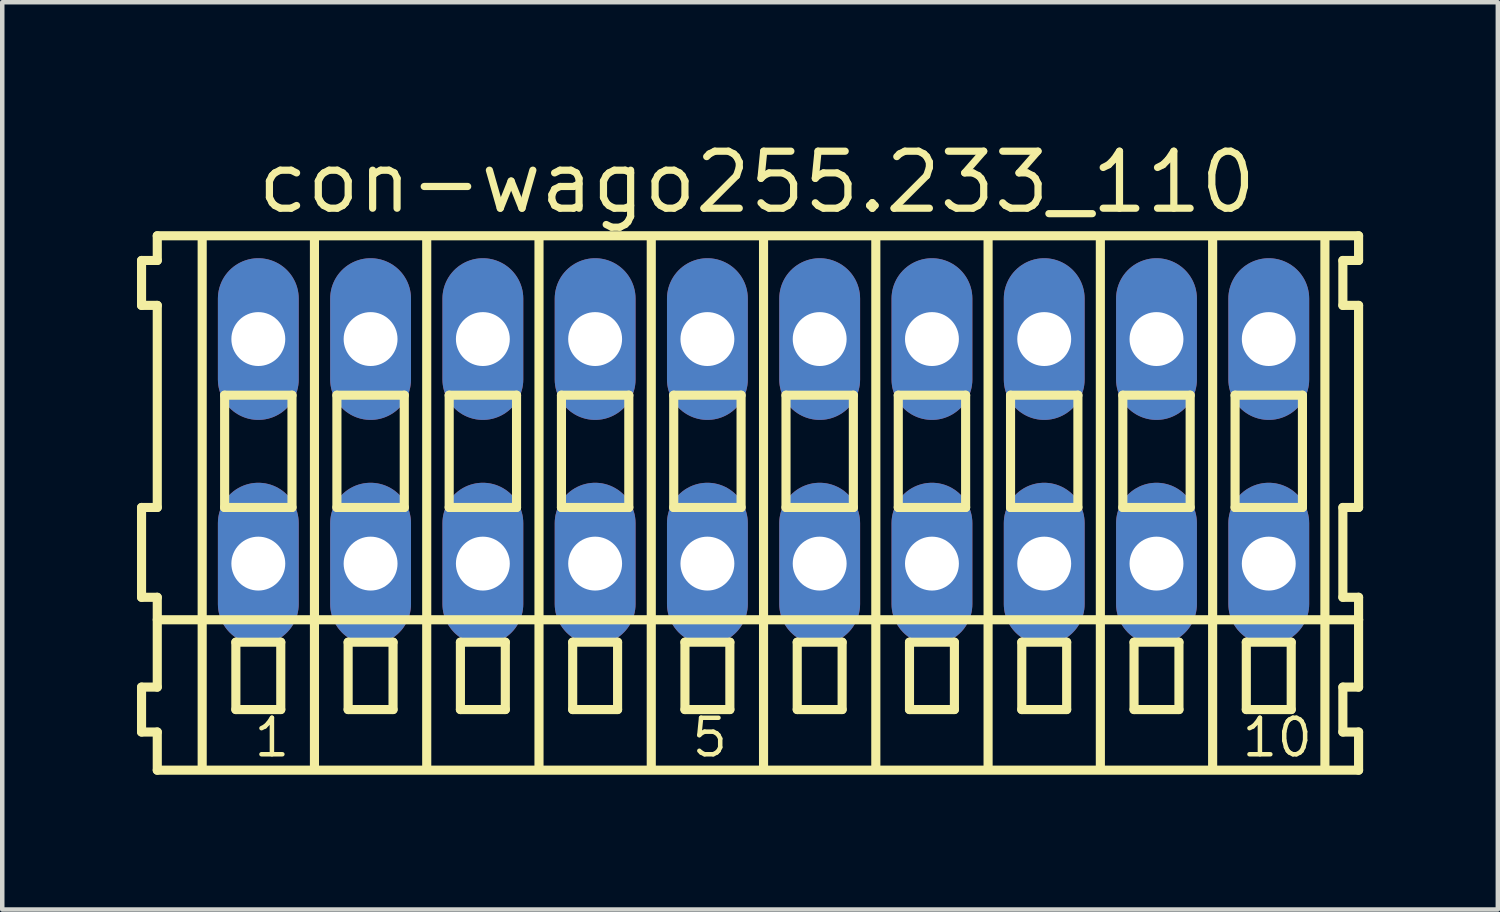
<source format=kicad_pcb>
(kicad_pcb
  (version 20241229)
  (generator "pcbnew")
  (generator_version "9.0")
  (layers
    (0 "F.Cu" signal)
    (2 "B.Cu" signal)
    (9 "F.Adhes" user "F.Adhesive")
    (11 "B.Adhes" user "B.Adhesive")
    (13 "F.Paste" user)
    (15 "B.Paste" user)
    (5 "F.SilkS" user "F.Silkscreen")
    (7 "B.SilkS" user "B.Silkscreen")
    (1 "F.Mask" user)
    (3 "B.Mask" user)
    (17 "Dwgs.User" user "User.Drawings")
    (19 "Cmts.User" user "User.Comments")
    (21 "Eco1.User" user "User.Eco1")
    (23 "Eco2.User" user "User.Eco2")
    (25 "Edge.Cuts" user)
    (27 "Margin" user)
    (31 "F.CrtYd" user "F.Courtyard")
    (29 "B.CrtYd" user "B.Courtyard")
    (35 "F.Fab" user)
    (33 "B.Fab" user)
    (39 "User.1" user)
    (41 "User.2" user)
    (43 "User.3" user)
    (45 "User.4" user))
  (footprint "con-wago255.233_110"
    (layer "F.Cu")
    (at 13.952 7)
    (property "Reference" "con-wago255.233_110" (at -11.35 -5.25 0) (layer "F.SilkS") (effects (font (size 1.27 1.27) (thickness 0.16)) (justify left bottom)))
    (attr through_hole)
    (fp_line (start -13.85 -4.25) (end -13.85 -3.25) (stroke (width 0.203) (type default)) (layer "F.SilkS"))
    (fp_line (start -13.85 -3.25) (end -13.5 -3.25) (stroke (width 0.203) (type default)) (layer "F.SilkS"))
    (fp_line (start -13.85 1.25) (end -13.85 3.25) (stroke (width 0.203) (type default)) (layer "F.SilkS"))
    (fp_line (start -13.85 3.25) (end -13.5 3.25) (stroke (width 0.203) (type default)) (layer "F.SilkS"))
    (fp_line (start -13.85 5.25) (end -13.85 6.25) (stroke (width 0.203) (type default)) (layer "F.SilkS"))
    (fp_line (start -13.85 6.25) (end -13.5 6.25) (stroke (width 0.203) (type default)) (layer "F.SilkS"))
    (fp_line (start -13.5 -4.8) (end -13.5 -4.25) (stroke (width 0.203) (type default)) (layer "F.SilkS"))
    (fp_line (start -13.5 -4.25) (end -13.85 -4.25) (stroke (width 0.203) (type default)) (layer "F.SilkS"))
    (fp_line (start -13.5 -3.25) (end -13.5 1.25) (stroke (width 0.203) (type default)) (layer "F.SilkS"))
    (fp_line (start -13.5 1.25) (end -13.85 1.25) (stroke (width 0.203) (type default)) (layer "F.SilkS"))
    (fp_line (start -13.5 3.25) (end -13.5 5.25) (stroke (width 0.203) (type default)) (layer "F.SilkS"))
    (fp_line (start -13.5 3.75) (end 13.25 3.75) (stroke (width 0.203) (type default)) (layer "F.SilkS"))
    (fp_line (start -13.5 5.25) (end -13.85 5.25) (stroke (width 0.203) (type default)) (layer "F.SilkS"))
    (fp_line (start -13.5 6.25) (end -13.5 7.1) (stroke (width 0.203) (type default)) (layer "F.SilkS"))
    (fp_line (start -13.5 7.1) (end 13.25 7.1) (stroke (width 0.203) (type default)) (layer "F.SilkS"))
    (fp_line (start -12.5 -4.75) (end -12.5 7) (stroke (width 0.203) (type default)) (layer "F.SilkS"))
    (fp_line (start -12 -1.25) (end -12 1.25) (stroke (width 0.203) (type default)) (layer "F.SilkS"))
    (fp_line (start -12 1.25) (end -10.5 1.25) (stroke (width 0.203) (type default)) (layer "F.SilkS"))
    (fp_line (start -11.75 4.25) (end -11.75 5.75) (stroke (width 0.203) (type default)) (layer "F.SilkS"))
    (fp_line (start -11.75 5.75) (end -10.75 5.75) (stroke (width 0.203) (type default)) (layer "F.SilkS"))
    (fp_line (start -10.75 4.25) (end -11.75 4.25) (stroke (width 0.203) (type default)) (layer "F.SilkS"))
    (fp_line (start -10.75 5.75) (end -10.75 4.25) (stroke (width 0.203) (type default)) (layer "F.SilkS"))
    (fp_line (start -10.5 -1.25) (end -12 -1.25) (stroke (width 0.203) (type default)) (layer "F.SilkS"))
    (fp_line (start -10.5 1.25) (end -10.5 -1.25) (stroke (width 0.203) (type default)) (layer "F.SilkS"))
    (fp_line (start -10 -4.75) (end -10 7) (stroke (width 0.203) (type default)) (layer "F.SilkS"))
    (fp_line (start -9.5 -1.25) (end -9.5 1.25) (stroke (width 0.203) (type default)) (layer "F.SilkS"))
    (fp_line (start -9.5 1.25) (end -8 1.25) (stroke (width 0.203) (type default)) (layer "F.SilkS"))
    (fp_line (start -9.25 4.25) (end -9.25 5.75) (stroke (width 0.203) (type default)) (layer "F.SilkS"))
    (fp_line (start -9.25 5.75) (end -8.25 5.75) (stroke (width 0.203) (type default)) (layer "F.SilkS"))
    (fp_line (start -8.25 4.25) (end -9.25 4.25) (stroke (width 0.203) (type default)) (layer "F.SilkS"))
    (fp_line (start -8.25 5.75) (end -8.25 4.25) (stroke (width 0.203) (type default)) (layer "F.SilkS"))
    (fp_line (start -8 -1.25) (end -9.5 -1.25) (stroke (width 0.203) (type default)) (layer "F.SilkS"))
    (fp_line (start -8 1.25) (end -8 -1.25) (stroke (width 0.203) (type default)) (layer "F.SilkS"))
    (fp_line (start -7.5 -4.75) (end -7.5 7) (stroke (width 0.203) (type default)) (layer "F.SilkS"))
    (fp_line (start -7 -1.25) (end -7 1.25) (stroke (width 0.203) (type default)) (layer "F.SilkS"))
    (fp_line (start -7 1.25) (end -5.5 1.25) (stroke (width 0.203) (type default)) (layer "F.SilkS"))
    (fp_line (start -6.75 4.25) (end -6.75 5.75) (stroke (width 0.203) (type default)) (layer "F.SilkS"))
    (fp_line (start -6.75 5.75) (end -5.75 5.75) (stroke (width 0.203) (type default)) (layer "F.SilkS"))
    (fp_line (start -5.75 4.25) (end -6.75 4.25) (stroke (width 0.203) (type default)) (layer "F.SilkS"))
    (fp_line (start -5.75 5.75) (end -5.75 4.25) (stroke (width 0.203) (type default)) (layer "F.SilkS"))
    (fp_line (start -5.5 -1.25) (end -7 -1.25) (stroke (width 0.203) (type default)) (layer "F.SilkS"))
    (fp_line (start -5.5 1.25) (end -5.5 -1.25) (stroke (width 0.203) (type default)) (layer "F.SilkS"))
    (fp_line (start -5 -4.75) (end -5 7) (stroke (width 0.203) (type default)) (layer "F.SilkS"))
    (fp_line (start -4.5 -1.25) (end -4.5 1.25) (stroke (width 0.203) (type default)) (layer "F.SilkS"))
    (fp_line (start -4.5 1.25) (end -3 1.25) (stroke (width 0.203) (type default)) (layer "F.SilkS"))
    (fp_line (start -4.25 4.25) (end -4.25 5.75) (stroke (width 0.203) (type default)) (layer "F.SilkS"))
    (fp_line (start -4.25 5.75) (end -3.25 5.75) (stroke (width 0.203) (type default)) (layer "F.SilkS"))
    (fp_line (start -3.25 4.25) (end -4.25 4.25) (stroke (width 0.203) (type default)) (layer "F.SilkS"))
    (fp_line (start -3.25 5.75) (end -3.25 4.25) (stroke (width 0.203) (type default)) (layer "F.SilkS"))
    (fp_line (start -3 -1.25) (end -4.5 -1.25) (stroke (width 0.203) (type default)) (layer "F.SilkS"))
    (fp_line (start -3 1.25) (end -3 -1.25) (stroke (width 0.203) (type default)) (layer "F.SilkS"))
    (fp_line (start -2.5 -4.75) (end -2.5 7) (stroke (width 0.203) (type default)) (layer "F.SilkS"))
    (fp_line (start -2 -1.25) (end -2 1.25) (stroke (width 0.203) (type default)) (layer "F.SilkS"))
    (fp_line (start -2 1.25) (end -0.5 1.25) (stroke (width 0.203) (type default)) (layer "F.SilkS"))
    (fp_line (start -1.75 4.25) (end -1.75 5.75) (stroke (width 0.203) (type default)) (layer "F.SilkS"))
    (fp_line (start -1.75 5.75) (end -0.75 5.75) (stroke (width 0.203) (type default)) (layer "F.SilkS"))
    (fp_line (start -0.75 4.25) (end -1.75 4.25) (stroke (width 0.203) (type default)) (layer "F.SilkS"))
    (fp_line (start -0.75 5.75) (end -0.75 4.25) (stroke (width 0.203) (type default)) (layer "F.SilkS"))
    (fp_line (start -0.5 -1.25) (end -2 -1.25) (stroke (width 0.203) (type default)) (layer "F.SilkS"))
    (fp_line (start -0.5 1.25) (end -0.5 -1.25) (stroke (width 0.203) (type default)) (layer "F.SilkS"))
    (fp_line (start 0 -4.75) (end 0 7) (stroke (width 0.203) (type default)) (layer "F.SilkS"))
    (fp_line (start 0.5 -1.25) (end 0.5 1.25) (stroke (width 0.203) (type default)) (layer "F.SilkS"))
    (fp_line (start 0.5 1.25) (end 2 1.25) (stroke (width 0.203) (type default)) (layer "F.SilkS"))
    (fp_line (start 0.75 4.25) (end 0.75 5.75) (stroke (width 0.203) (type default)) (layer "F.SilkS"))
    (fp_line (start 0.75 5.75) (end 1.75 5.75) (stroke (width 0.203) (type default)) (layer "F.SilkS"))
    (fp_line (start 1.75 4.25) (end 0.75 4.25) (stroke (width 0.203) (type default)) (layer "F.SilkS"))
    (fp_line (start 1.75 5.75) (end 1.75 4.25) (stroke (width 0.203) (type default)) (layer "F.SilkS"))
    (fp_line (start 2 -1.25) (end 0.5 -1.25) (stroke (width 0.203) (type default)) (layer "F.SilkS"))
    (fp_line (start 2 1.25) (end 2 -1.25) (stroke (width 0.203) (type default)) (layer "F.SilkS"))
    (fp_line (start 2.5 -4.75) (end 2.5 7) (stroke (width 0.203) (type default)) (layer "F.SilkS"))
    (fp_line (start 3 -1.25) (end 3 1.25) (stroke (width 0.203) (type default)) (layer "F.SilkS"))
    (fp_line (start 3 1.25) (end 4.5 1.25) (stroke (width 0.203) (type default)) (layer "F.SilkS"))
    (fp_line (start 3.25 4.25) (end 3.25 5.75) (stroke (width 0.203) (type default)) (layer "F.SilkS"))
    (fp_line (start 3.25 5.75) (end 4.25 5.75) (stroke (width 0.203) (type default)) (layer "F.SilkS"))
    (fp_line (start 4.25 4.25) (end 3.25 4.25) (stroke (width 0.203) (type default)) (layer "F.SilkS"))
    (fp_line (start 4.25 5.75) (end 4.25 4.25) (stroke (width 0.203) (type default)) (layer "F.SilkS"))
    (fp_line (start 4.5 -1.25) (end 3 -1.25) (stroke (width 0.203) (type default)) (layer "F.SilkS"))
    (fp_line (start 4.5 1.25) (end 4.5 -1.25) (stroke (width 0.203) (type default)) (layer "F.SilkS"))
    (fp_line (start 5 -4.75) (end 5 7) (stroke (width 0.203) (type default)) (layer "F.SilkS"))
    (fp_line (start 5.5 -1.25) (end 5.5 1.25) (stroke (width 0.203) (type default)) (layer "F.SilkS"))
    (fp_line (start 5.5 1.25) (end 7 1.25) (stroke (width 0.203) (type default)) (layer "F.SilkS"))
    (fp_line (start 5.75 4.25) (end 5.75 5.75) (stroke (width 0.203) (type default)) (layer "F.SilkS"))
    (fp_line (start 5.75 5.75) (end 6.75 5.75) (stroke (width 0.203) (type default)) (layer "F.SilkS"))
    (fp_line (start 6.75 4.25) (end 5.75 4.25) (stroke (width 0.203) (type default)) (layer "F.SilkS"))
    (fp_line (start 6.75 5.75) (end 6.75 4.25) (stroke (width 0.203) (type default)) (layer "F.SilkS"))
    (fp_line (start 7 -1.25) (end 5.5 -1.25) (stroke (width 0.203) (type default)) (layer "F.SilkS"))
    (fp_line (start 7 1.25) (end 7 -1.25) (stroke (width 0.203) (type default)) (layer "F.SilkS"))
    (fp_line (start 7.5 -4.75) (end 7.5 7) (stroke (width 0.203) (type default)) (layer "F.SilkS"))
    (fp_line (start 8 -1.25) (end 8 1.25) (stroke (width 0.203) (type default)) (layer "F.SilkS"))
    (fp_line (start 8 1.25) (end 9.5 1.25) (stroke (width 0.203) (type default)) (layer "F.SilkS"))
    (fp_line (start 8.25 4.25) (end 8.25 5.75) (stroke (width 0.203) (type default)) (layer "F.SilkS"))
    (fp_line (start 8.25 5.75) (end 9.25 5.75) (stroke (width 0.203) (type default)) (layer "F.SilkS"))
    (fp_line (start 9.25 4.25) (end 8.25 4.25) (stroke (width 0.203) (type default)) (layer "F.SilkS"))
    (fp_line (start 9.25 5.75) (end 9.25 4.25) (stroke (width 0.203) (type default)) (layer "F.SilkS"))
    (fp_line (start 9.5 -1.25) (end 8 -1.25) (stroke (width 0.203) (type default)) (layer "F.SilkS"))
    (fp_line (start 9.5 1.25) (end 9.5 -1.25) (stroke (width 0.203) (type default)) (layer "F.SilkS"))
    (fp_line (start 10 -4.75) (end 10 7) (stroke (width 0.203) (type default)) (layer "F.SilkS"))
    (fp_line (start 10.5 -1.25) (end 10.5 1.25) (stroke (width 0.203) (type default)) (layer "F.SilkS"))
    (fp_line (start 10.5 1.25) (end 12 1.25) (stroke (width 0.203) (type default)) (layer "F.SilkS"))
    (fp_line (start 10.75 4.25) (end 10.75 5.75) (stroke (width 0.203) (type default)) (layer "F.SilkS"))
    (fp_line (start 10.75 5.75) (end 11.75 5.75) (stroke (width 0.203) (type default)) (layer "F.SilkS"))
    (fp_line (start 11.75 4.25) (end 10.75 4.25) (stroke (width 0.203) (type default)) (layer "F.SilkS"))
    (fp_line (start 11.75 5.75) (end 11.75 4.25) (stroke (width 0.203) (type default)) (layer "F.SilkS"))
    (fp_line (start 12 -1.25) (end 10.5 -1.25) (stroke (width 0.203) (type default)) (layer "F.SilkS"))
    (fp_line (start 12 1.25) (end 12 -1.25) (stroke (width 0.203) (type default)) (layer "F.SilkS"))
    (fp_line (start 12.5 -4.75) (end 12.5 7) (stroke (width 0.203) (type default)) (layer "F.SilkS"))
    (fp_line (start 12.9 -4.25) (end 12.9 -3.25) (stroke (width 0.203) (type default)) (layer "F.SilkS"))
    (fp_line (start 12.9 -3.25) (end 13.25 -3.25) (stroke (width 0.203) (type default)) (layer "F.SilkS"))
    (fp_line (start 12.9 1.25) (end 12.9 3.25) (stroke (width 0.203) (type default)) (layer "F.SilkS"))
    (fp_line (start 12.9 3.25) (end 13.25 3.25) (stroke (width 0.203) (type default)) (layer "F.SilkS"))
    (fp_line (start 12.9 5.25) (end 12.9 6.25) (stroke (width 0.203) (type default)) (layer "F.SilkS"))
    (fp_line (start 12.9 6.25) (end 13.25 6.25) (stroke (width 0.203) (type default)) (layer "F.SilkS"))
    (fp_line (start 13.25 -4.8) (end -13.5 -4.8) (stroke (width 0.203) (type default)) (layer "F.SilkS"))
    (fp_line (start 13.25 -4.25) (end 12.9 -4.25) (stroke (width 0.203) (type default)) (layer "F.SilkS"))
    (fp_line (start 13.25 -4.25) (end 13.25 -4.8) (stroke (width 0.203) (type default)) (layer "F.SilkS"))
    (fp_line (start 13.25 1.25) (end 12.9 1.25) (stroke (width 0.203) (type default)) (layer "F.SilkS"))
    (fp_line (start 13.25 1.25) (end 13.25 -3.25) (stroke (width 0.203) (type default)) (layer "F.SilkS"))
    (fp_line (start 13.25 3.75) (end 13.25 3.25) (stroke (width 0.203) (type default)) (layer "F.SilkS"))
    (fp_line (start 13.25 5.25) (end 12.9 5.25) (stroke (width 0.203) (type default)) (layer "F.SilkS"))
    (fp_line (start 13.25 5.25) (end 13.25 3.75) (stroke (width 0.203) (type default)) (layer "F.SilkS"))
    (fp_line (start 13.25 7.1) (end 13.25 6.25) (stroke (width 0.203) (type default)) (layer "F.SilkS"))
    (fp_text user "10" (at 10.6 6.85 0) (layer "F.SilkS") (effects (font (size 0.813 0.813) (thickness 0.1)) (justify left bottom)))
    (fp_text user "5" (at -1.65 6.85 0) (layer "F.SilkS") (effects (font (size 0.813 0.813) (thickness 0.1)) (justify left bottom)))
    (fp_text user "1" (at -11.4 6.85 0) (layer "F.SilkS") (effects (font (size 0.813 0.813) (thickness 0.1)) (justify left bottom)))
    (pad "A1" thru_hole oval (at -11.25 -2.5 90) (size 3.6 1.8) (drill 1.2) (layers "*.Cu" "*.Mask"))
    (pad "A2" thru_hole oval (at -8.75 -2.5 90) (size 3.6 1.8) (drill 1.2) (layers "*.Cu" "*.Mask"))
    (pad "A3" thru_hole oval (at -6.25 -2.5 90) (size 3.6 1.8) (drill 1.2) (layers "*.Cu" "*.Mask"))
    (pad "A4" thru_hole oval (at -3.75 -2.5 90) (size 3.6 1.8) (drill 1.2) (layers "*.Cu" "*.Mask"))
    (pad "A5" thru_hole oval (at -1.25 -2.5 90) (size 3.6 1.8) (drill 1.2) (layers "*.Cu" "*.Mask"))
    (pad "A6" thru_hole oval (at 1.25 -2.5 90) (size 3.6 1.8) (drill 1.2) (layers "*.Cu" "*.Mask"))
    (pad "A7" thru_hole oval (at 3.75 -2.5 90) (size 3.6 1.8) (drill 1.2) (layers "*.Cu" "*.Mask"))
    (pad "A8" thru_hole oval (at 6.25 -2.5 90) (size 3.6 1.8) (drill 1.2) (layers "*.Cu" "*.Mask"))
    (pad "A9" thru_hole oval (at 8.75 -2.5 90) (size 3.6 1.8) (drill 1.2) (layers "*.Cu" "*.Mask"))
    (pad "A10" thru_hole oval (at 11.25 -2.5 90) (size 3.6 1.8) (drill 1.2) (layers "*.Cu" "*.Mask"))
    (pad "B1" thru_hole oval (at -11.25 2.5 90) (size 3.6 1.8) (drill 1.2) (layers "*.Cu" "*.Mask"))
    (pad "B2" thru_hole oval (at -8.75 2.5 90) (size 3.6 1.8) (drill 1.2) (layers "*.Cu" "*.Mask"))
    (pad "B3" thru_hole oval (at -6.25 2.5 90) (size 3.6 1.8) (drill 1.2) (layers "*.Cu" "*.Mask"))
    (pad "B4" thru_hole oval (at -3.75 2.5 90) (size 3.6 1.8) (drill 1.2) (layers "*.Cu" "*.Mask"))
    (pad "B5" thru_hole oval (at -1.25 2.5 90) (size 3.6 1.8) (drill 1.2) (layers "*.Cu" "*.Mask"))
    (pad "B6" thru_hole oval (at 1.25 2.5 90) (size 3.6 1.8) (drill 1.2) (layers "*.Cu" "*.Mask"))
    (pad "B7" thru_hole oval (at 3.75 2.5 90) (size 3.6 1.8) (drill 1.2) (layers "*.Cu" "*.Mask"))
    (pad "B8" thru_hole oval (at 6.25 2.5 90) (size 3.6 1.8) (drill 1.2) (layers "*.Cu" "*.Mask"))
    (pad "B9" thru_hole oval (at 8.75 2.5 90) (size 3.6 1.8) (drill 1.2) (layers "*.Cu" "*.Mask"))
    (pad "B10" thru_hole oval (at 11.25 2.5 90) (size 3.6 1.8) (drill 1.2) (layers "*.Cu" "*.Mask")))
  (gr_rect
    (start -3 -3)
    (end 30.303 17.202)
    (stroke (width 0.1) (type default))
    (fill no)
    (layer "Edge.Cuts")))
</source>
